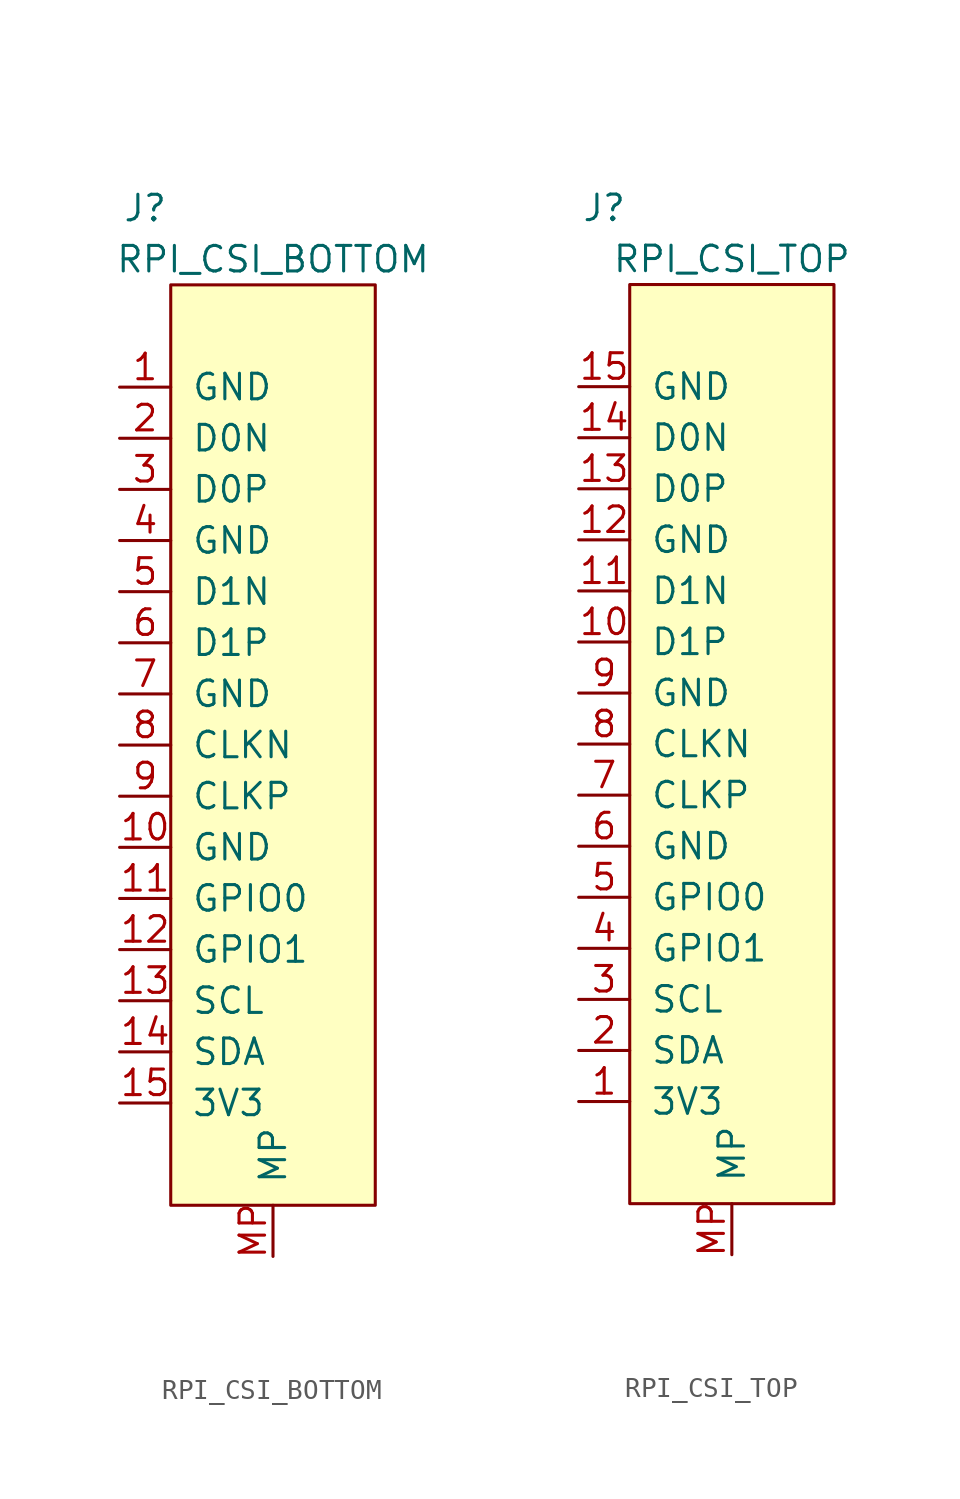
<source format=kicad_sym>
(kicad_symbol_lib
  (version 20241209)
  (generator "kicad_symbol_editor")
  (generator_version "9.0")
  (symbol "RPI_CSI_BOTTOM"
    (pin_names
      (offset 1.016))
    (property "Reference" "J"
      (at -6.35 26.67 0)
      (effects (font (size 1.27 1.27))))
    (property "Value" "RPI_CSI_BOTTOM"
      (at 0 24.13 0)
      (effects (font (size 1.27 1.27))))
    (symbol "RPI_CSI_BOTTOM_0_1"
      (rectangle (start -5.08 22.86) (end 5.08 -22.86) (stroke (width 0) (type default)) (fill (type background))))
    (symbol "RPI_CSI_BOTTOM_1_1"
      (pin passive line (at -7.62 17.78 0) (length 2.54) (name "GND" (effects (font (size 1.27 1.27)))) (number "1" (effects (font (size 1.27 1.27)))))
      (pin passive line (at -7.62 15.24 0) (length 2.54) (name "D0N" (effects (font (size 1.27 1.27)))) (number "2" (effects (font (size 1.27 1.27)))))
      (pin passive line (at -7.62 12.7 0) (length 2.54) (name "D0P" (effects (font (size 1.27 1.27)))) (number "3" (effects (font (size 1.27 1.27)))))
      (pin passive line (at -7.62 10.16 0) (length 2.54) (name "GND" (effects (font (size 1.27 1.27)))) (number "4" (effects (font (size 1.27 1.27)))))
      (pin passive line (at -7.62 7.62 0) (length 2.54) (name "D1N" (effects (font (size 1.27 1.27)))) (number "5" (effects (font (size 1.27 1.27)))))
      (pin passive line (at -7.62 5.08 0) (length 2.54) (name "D1P" (effects (font (size 1.27 1.27)))) (number "6" (effects (font (size 1.27 1.27)))))
      (pin passive line (at -7.62 2.54 0) (length 2.54) (name "GND" (effects (font (size 1.27 1.27)))) (number "7" (effects (font (size 1.27 1.27)))))
      (pin passive line (at -7.62 0 0) (length 2.54) (name "CLKN" (effects (font (size 1.27 1.27)))) (number "8" (effects (font (size 1.27 1.27)))))
      (pin passive line (at -7.62 -2.54 0) (length 2.54) (name "CLKP" (effects (font (size 1.27 1.27)))) (number "9" (effects (font (size 1.27 1.27)))))
      (pin passive line (at -7.62 -5.08 0) (length 2.54) (name "GND" (effects (font (size 1.27 1.27)))) (number "10" (effects (font (size 1.27 1.27)))))
      (pin passive line (at -7.62 -7.62 0) (length 2.54) (name "GPIO0" (effects (font (size 1.27 1.27)))) (number "11" (effects (font (size 1.27 1.27)))))
      (pin passive line (at -7.62 -10.16 0) (length 2.54) (name "GPIO1" (effects (font (size 1.27 1.27)))) (number "12" (effects (font (size 1.27 1.27)))))
      (pin passive line (at -7.62 -12.7 0) (length 2.54) (name "SCL" (effects (font (size 1.27 1.27)))) (number "13" (effects (font (size 1.27 1.27)))))
      (pin passive line (at -7.62 -15.24 0) (length 2.54) (name "SDA" (effects (font (size 1.27 1.27)))) (number "14" (effects (font (size 1.27 1.27)))))
      (pin passive line (at -7.62 -17.78 0) (length 2.54) (name "3V3" (effects (font (size 1.27 1.27)))) (number "15" (effects (font (size 1.27 1.27)))))
      (pin passive line (at 0 -25.4 90) (length 2.54) (name "MP" (effects (font (size 1.27 1.27)))) (number "MP" (effects (font (size 1.27 1.27)))))))
  (symbol "RPI_CSI_TOP"
    (pin_names
      (offset 1.016))
    (property "Reference" "J"
      (at -6.35 26.67 0)
      (effects (font (size 1.27 1.27))))
    (property "Value" "RPI_CSI_TOP"
      (at 0 24.13 0)
      (effects (font (size 1.27 1.27))))
    (symbol "RPI_CSI_TOP_0_1"
      (rectangle (start -5.08 22.86) (end 5.08 -22.86) (stroke (width 0) (type default)) (fill (type background))))
    (symbol "RPI_CSI_TOP_1_1"
      (pin passive line (at -7.62 17.78 0) (length 2.54) (name "GND" (effects (font (size 1.27 1.27)))) (number "15" (effects (font (size 1.27 1.27)))))
      (pin passive line (at -7.62 15.24 0) (length 2.54) (name "D0N" (effects (font (size 1.27 1.27)))) (number "14" (effects (font (size 1.27 1.27)))))
      (pin passive line (at -7.62 12.7 0) (length 2.54) (name "D0P" (effects (font (size 1.27 1.27)))) (number "13" (effects (font (size 1.27 1.27)))))
      (pin passive line (at -7.62 10.16 0) (length 2.54) (name "GND" (effects (font (size 1.27 1.27)))) (number "12" (effects (font (size 1.27 1.27)))))
      (pin passive line (at -7.62 7.62 0) (length 2.54) (name "D1N" (effects (font (size 1.27 1.27)))) (number "11" (effects (font (size 1.27 1.27)))))
      (pin passive line (at -7.62 5.08 0) (length 2.54) (name "D1P" (effects (font (size 1.27 1.27)))) (number "10" (effects (font (size 1.27 1.27)))))
      (pin passive line (at -7.62 2.54 0) (length 2.54) (name "GND" (effects (font (size 1.27 1.27)))) (number "9" (effects (font (size 1.27 1.27)))))
      (pin passive line (at -7.62 0 0) (length 2.54) (name "CLKN" (effects (font (size 1.27 1.27)))) (number "8" (effects (font (size 1.27 1.27)))))
      (pin passive line (at -7.62 -2.54 0) (length 2.54) (name "CLKP" (effects (font (size 1.27 1.27)))) (number "7" (effects (font (size 1.27 1.27)))))
      (pin passive line (at -7.62 -5.08 0) (length 2.54) (name "GND" (effects (font (size 1.27 1.27)))) (number "6" (effects (font (size 1.27 1.27)))))
      (pin passive line (at -7.62 -7.62 0) (length 2.54) (name "GPIO0" (effects (font (size 1.27 1.27)))) (number "5" (effects (font (size 1.27 1.27)))))
      (pin passive line (at -7.62 -10.16 0) (length 2.54) (name "GPIO1" (effects (font (size 1.27 1.27)))) (number "4" (effects (font (size 1.27 1.27)))))
      (pin passive line (at -7.62 -12.7 0) (length 2.54) (name "SCL" (effects (font (size 1.27 1.27)))) (number "3" (effects (font (size 1.27 1.27)))))
      (pin passive line (at -7.62 -15.24 0) (length 2.54) (name "SDA" (effects (font (size 1.27 1.27)))) (number "2" (effects (font (size 1.27 1.27)))))
      (pin passive line (at -7.62 -17.78 0) (length 2.54) (name "3V3" (effects (font (size 1.27 1.27)))) (number "1" (effects (font (size 1.27 1.27)))))
      (pin passive line (at 0 -25.4 90) (length 2.54) (name "MP" (effects (font (size 1.27 1.27)))) (number "MP" (effects (font (size 1.27 1.27))))))))
</source>
